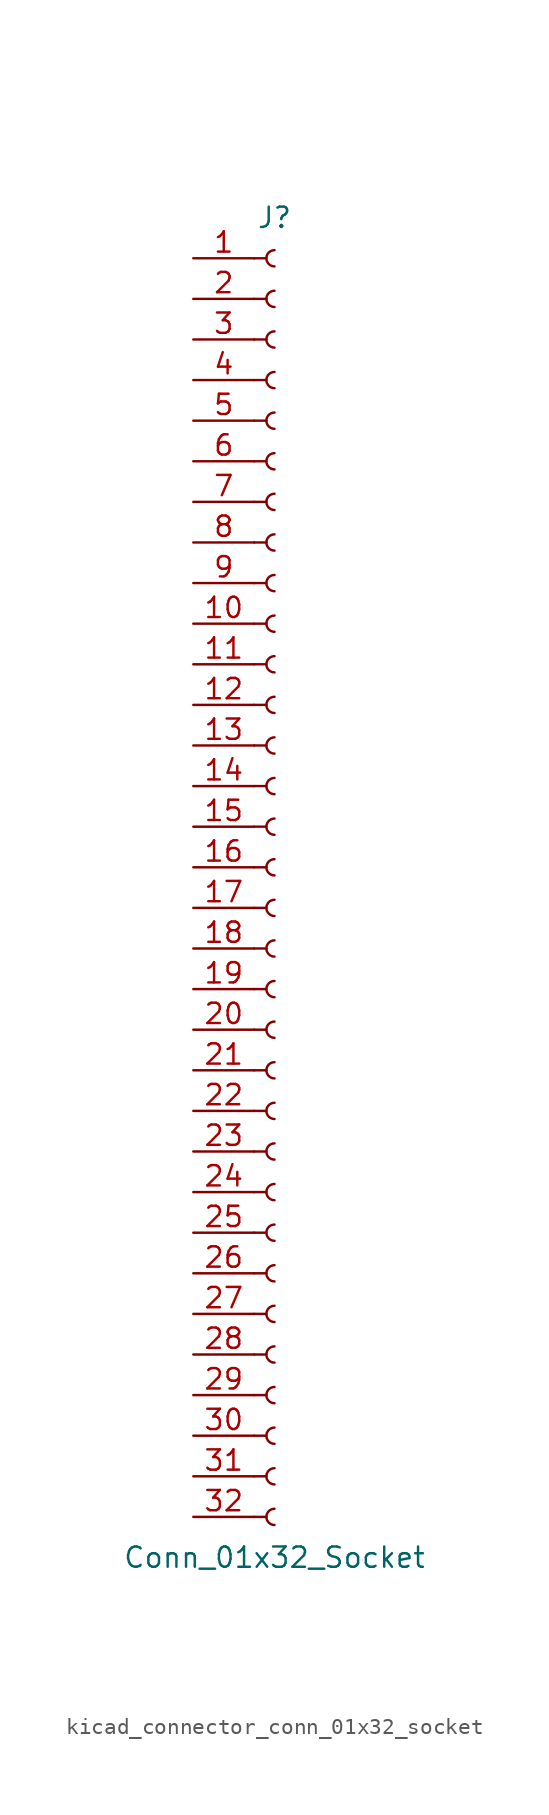
<source format=kicad_sym>
(kicad_symbol_lib
  (version 20220914)
  (generator kicad_symbol_editor)
  (symbol "kicad_connector_conn_01x32_socket"
    (pin_names
      (offset 1.016) hide)
    (property "Reference" "J"
      (at 0 40.64 0)
      (effects (font (size 1.27 1.27))))
    (property "Value" "Conn_01x32_Socket"
      (at 0 -43.18 0)
      (effects (font (size 1.27 1.27))))
    (property "ki_locked" ""
      (at 0 0 0)
      (effects (font (size 1.27 1.27))))
    (symbol "kicad_connector_conn_01x32_socket_1_1"
      (arc (start 0 -40.132) (mid -0.5058 -40.64) (end 0 -41.148) (stroke (width 0.1524) (type default)) (fill (type none)))
      (arc (start 0 -37.592) (mid -0.5058 -38.1) (end 0 -38.608) (stroke (width 0.1524) (type default)) (fill (type none)))
      (arc (start 0 -35.052) (mid -0.5058 -35.56) (end 0 -36.068) (stroke (width 0.1524) (type default)) (fill (type none)))
      (arc (start 0 -32.512) (mid -0.5058 -33.02) (end 0 -33.528) (stroke (width 0.1524) (type default)) (fill (type none)))
      (arc (start 0 -29.972) (mid -0.5058 -30.48) (end 0 -30.988) (stroke (width 0.1524) (type default)) (fill (type none)))
      (arc (start 0 -27.432) (mid -0.5058 -27.94) (end 0 -28.448) (stroke (width 0.1524) (type default)) (fill (type none)))
      (arc (start 0 -24.892) (mid -0.5058 -25.4) (end 0 -25.908) (stroke (width 0.1524) (type default)) (fill (type none)))
      (arc (start 0 -22.352) (mid -0.5058 -22.86) (end 0 -23.368) (stroke (width 0.1524) (type default)) (fill (type none)))
      (arc (start 0 -19.812) (mid -0.5058 -20.32) (end 0 -20.828) (stroke (width 0.1524) (type default)) (fill (type none)))
      (arc (start 0 -17.272) (mid -0.5058 -17.78) (end 0 -18.288) (stroke (width 0.1524) (type default)) (fill (type none)))
      (arc (start 0 -14.732) (mid -0.5058 -15.24) (end 0 -15.748) (stroke (width 0.1524) (type default)) (fill (type none)))
      (arc (start 0 -12.192) (mid -0.5058 -12.7) (end 0 -13.208) (stroke (width 0.1524) (type default)) (fill (type none)))
      (arc (start 0 -9.652) (mid -0.5058 -10.16) (end 0 -10.668) (stroke (width 0.1524) (type default)) (fill (type none)))
      (arc (start 0 -7.112) (mid -0.5058 -7.62) (end 0 -8.128) (stroke (width 0.1524) (type default)) (fill (type none)))
      (arc (start 0 -4.572) (mid -0.5058 -5.08) (end 0 -5.588) (stroke (width 0.1524) (type default)) (fill (type none)))
      (arc (start 0 -2.032) (mid -0.5058 -2.54) (end 0 -3.048) (stroke (width 0.1524) (type default)) (fill (type none)))
      (polyline (pts (xy -1.27 -40.64) (xy -0.508 -40.64)) (stroke (width 0.152) (type default)) (fill (type none)))
      (polyline (pts (xy -1.27 -38.1) (xy -0.508 -38.1)) (stroke (width 0.152) (type default)) (fill (type none)))
      (polyline (pts (xy -1.27 -35.56) (xy -0.508 -35.56)) (stroke (width 0.152) (type default)) (fill (type none)))
      (polyline (pts (xy -1.27 -33.02) (xy -0.508 -33.02)) (stroke (width 0.152) (type default)) (fill (type none)))
      (polyline (pts (xy -1.27 -30.48) (xy -0.508 -30.48)) (stroke (width 0.152) (type default)) (fill (type none)))
      (polyline (pts (xy -1.27 -27.94) (xy -0.508 -27.94)) (stroke (width 0.152) (type default)) (fill (type none)))
      (polyline (pts (xy -1.27 -25.4) (xy -0.508 -25.4)) (stroke (width 0.152) (type default)) (fill (type none)))
      (polyline (pts (xy -1.27 -22.86) (xy -0.508 -22.86)) (stroke (width 0.152) (type default)) (fill (type none)))
      (polyline (pts (xy -1.27 -20.32) (xy -0.508 -20.32)) (stroke (width 0.152) (type default)) (fill (type none)))
      (polyline (pts (xy -1.27 -17.78) (xy -0.508 -17.78)) (stroke (width 0.152) (type default)) (fill (type none)))
      (polyline (pts (xy -1.27 -15.24) (xy -0.508 -15.24)) (stroke (width 0.152) (type default)) (fill (type none)))
      (polyline (pts (xy -1.27 -12.7) (xy -0.508 -12.7)) (stroke (width 0.152) (type default)) (fill (type none)))
      (polyline (pts (xy -1.27 -10.16) (xy -0.508 -10.16)) (stroke (width 0.152) (type default)) (fill (type none)))
      (polyline (pts (xy -1.27 -7.62) (xy -0.508 -7.62)) (stroke (width 0.152) (type default)) (fill (type none)))
      (polyline (pts (xy -1.27 -5.08) (xy -0.508 -5.08)) (stroke (width 0.152) (type default)) (fill (type none)))
      (polyline (pts (xy -1.27 -2.54) (xy -0.508 -2.54)) (stroke (width 0.152) (type default)) (fill (type none)))
      (polyline (pts (xy -1.27 0) (xy -0.508 0)) (stroke (width 0.152) (type default)) (fill (type none)))
      (polyline (pts (xy -1.27 2.54) (xy -0.508 2.54)) (stroke (width 0.152) (type default)) (fill (type none)))
      (polyline (pts (xy -1.27 5.08) (xy -0.508 5.08)) (stroke (width 0.152) (type default)) (fill (type none)))
      (polyline (pts (xy -1.27 7.62) (xy -0.508 7.62)) (stroke (width 0.152) (type default)) (fill (type none)))
      (polyline (pts (xy -1.27 10.16) (xy -0.508 10.16)) (stroke (width 0.152) (type default)) (fill (type none)))
      (polyline (pts (xy -1.27 12.7) (xy -0.508 12.7)) (stroke (width 0.152) (type default)) (fill (type none)))
      (polyline (pts (xy -1.27 15.24) (xy -0.508 15.24)) (stroke (width 0.152) (type default)) (fill (type none)))
      (polyline (pts (xy -1.27 17.78) (xy -0.508 17.78)) (stroke (width 0.152) (type default)) (fill (type none)))
      (polyline (pts (xy -1.27 20.32) (xy -0.508 20.32)) (stroke (width 0.152) (type default)) (fill (type none)))
      (polyline (pts (xy -1.27 22.86) (xy -0.508 22.86)) (stroke (width 0.152) (type default)) (fill (type none)))
      (polyline (pts (xy -1.27 25.4) (xy -0.508 25.4)) (stroke (width 0.152) (type default)) (fill (type none)))
      (polyline (pts (xy -1.27 27.94) (xy -0.508 27.94)) (stroke (width 0.152) (type default)) (fill (type none)))
      (polyline (pts (xy -1.27 30.48) (xy -0.508 30.48)) (stroke (width 0.152) (type default)) (fill (type none)))
      (polyline (pts (xy -1.27 33.02) (xy -0.508 33.02)) (stroke (width 0.152) (type default)) (fill (type none)))
      (polyline (pts (xy -1.27 35.56) (xy -0.508 35.56)) (stroke (width 0.152) (type default)) (fill (type none)))
      (polyline (pts (xy -1.27 38.1) (xy -0.508 38.1)) (stroke (width 0.152) (type default)) (fill (type none)))
      (arc (start 0 0.508) (mid -0.5058 0) (end 0 -0.508) (stroke (width 0.1524) (type default)) (fill (type none)))
      (arc (start 0 3.048) (mid -0.5058 2.54) (end 0 2.032) (stroke (width 0.1524) (type default)) (fill (type none)))
      (arc (start 0 5.588) (mid -0.5058 5.08) (end 0 4.572) (stroke (width 0.1524) (type default)) (fill (type none)))
      (arc (start 0 8.128) (mid -0.5058 7.62) (end 0 7.112) (stroke (width 0.1524) (type default)) (fill (type none)))
      (arc (start 0 10.668) (mid -0.5058 10.16) (end 0 9.652) (stroke (width 0.1524) (type default)) (fill (type none)))
      (arc (start 0 13.208) (mid -0.5058 12.7) (end 0 12.192) (stroke (width 0.1524) (type default)) (fill (type none)))
      (arc (start 0 15.748) (mid -0.5058 15.24) (end 0 14.732) (stroke (width 0.1524) (type default)) (fill (type none)))
      (arc (start 0 18.288) (mid -0.5058 17.78) (end 0 17.272) (stroke (width 0.1524) (type default)) (fill (type none)))
      (arc (start 0 20.828) (mid -0.5058 20.32) (end 0 19.812) (stroke (width 0.1524) (type default)) (fill (type none)))
      (arc (start 0 23.368) (mid -0.5058 22.86) (end 0 22.352) (stroke (width 0.1524) (type default)) (fill (type none)))
      (arc (start 0 25.908) (mid -0.5058 25.4) (end 0 24.892) (stroke (width 0.1524) (type default)) (fill (type none)))
      (arc (start 0 28.448) (mid -0.5058 27.94) (end 0 27.432) (stroke (width 0.1524) (type default)) (fill (type none)))
      (arc (start 0 30.988) (mid -0.5058 30.48) (end 0 29.972) (stroke (width 0.1524) (type default)) (fill (type none)))
      (arc (start 0 33.528) (mid -0.5058 33.02) (end 0 32.512) (stroke (width 0.1524) (type default)) (fill (type none)))
      (arc (start 0 36.068) (mid -0.5058 35.56) (end 0 35.052) (stroke (width 0.1524) (type default)) (fill (type none)))
      (arc (start 0 38.608) (mid -0.5058 38.1) (end 0 37.592) (stroke (width 0.1524) (type default)) (fill (type none)))
      (pin passive line (at -5.08 38.1 0) (length 3.81) (name "Pin_1" (effects (font (size 1.27 1.27)))) (number "1" (effects (font (size 1.27 1.27)))))
      (pin passive line (at -5.08 15.24 0) (length 3.81) (name "Pin_10" (effects (font (size 1.27 1.27)))) (number "10" (effects (font (size 1.27 1.27)))))
      (pin passive line (at -5.08 12.7 0) (length 3.81) (name "Pin_11" (effects (font (size 1.27 1.27)))) (number "11" (effects (font (size 1.27 1.27)))))
      (pin passive line (at -5.08 10.16 0) (length 3.81) (name "Pin_12" (effects (font (size 1.27 1.27)))) (number "12" (effects (font (size 1.27 1.27)))))
      (pin passive line (at -5.08 7.62 0) (length 3.81) (name "Pin_13" (effects (font (size 1.27 1.27)))) (number "13" (effects (font (size 1.27 1.27)))))
      (pin passive line (at -5.08 5.08 0) (length 3.81) (name "Pin_14" (effects (font (size 1.27 1.27)))) (number "14" (effects (font (size 1.27 1.27)))))
      (pin passive line (at -5.08 2.54 0) (length 3.81) (name "Pin_15" (effects (font (size 1.27 1.27)))) (number "15" (effects (font (size 1.27 1.27)))))
      (pin passive line (at -5.08 0 0) (length 3.81) (name "Pin_16" (effects (font (size 1.27 1.27)))) (number "16" (effects (font (size 1.27 1.27)))))
      (pin passive line (at -5.08 -2.54 0) (length 3.81) (name "Pin_17" (effects (font (size 1.27 1.27)))) (number "17" (effects (font (size 1.27 1.27)))))
      (pin passive line (at -5.08 -5.08 0) (length 3.81) (name "Pin_18" (effects (font (size 1.27 1.27)))) (number "18" (effects (font (size 1.27 1.27)))))
      (pin passive line (at -5.08 -7.62 0) (length 3.81) (name "Pin_19" (effects (font (size 1.27 1.27)))) (number "19" (effects (font (size 1.27 1.27)))))
      (pin passive line (at -5.08 35.56 0) (length 3.81) (name "Pin_2" (effects (font (size 1.27 1.27)))) (number "2" (effects (font (size 1.27 1.27)))))
      (pin passive line (at -5.08 -10.16 0) (length 3.81) (name "Pin_20" (effects (font (size 1.27 1.27)))) (number "20" (effects (font (size 1.27 1.27)))))
      (pin passive line (at -5.08 -12.7 0) (length 3.81) (name "Pin_21" (effects (font (size 1.27 1.27)))) (number "21" (effects (font (size 1.27 1.27)))))
      (pin passive line (at -5.08 -15.24 0) (length 3.81) (name "Pin_22" (effects (font (size 1.27 1.27)))) (number "22" (effects (font (size 1.27 1.27)))))
      (pin passive line (at -5.08 -17.78 0) (length 3.81) (name "Pin_23" (effects (font (size 1.27 1.27)))) (number "23" (effects (font (size 1.27 1.27)))))
      (pin passive line (at -5.08 -20.32 0) (length 3.81) (name "Pin_24" (effects (font (size 1.27 1.27)))) (number "24" (effects (font (size 1.27 1.27)))))
      (pin passive line (at -5.08 -22.86 0) (length 3.81) (name "Pin_25" (effects (font (size 1.27 1.27)))) (number "25" (effects (font (size 1.27 1.27)))))
      (pin passive line (at -5.08 -25.4 0) (length 3.81) (name "Pin_26" (effects (font (size 1.27 1.27)))) (number "26" (effects (font (size 1.27 1.27)))))
      (pin passive line (at -5.08 -27.94 0) (length 3.81) (name "Pin_27" (effects (font (size 1.27 1.27)))) (number "27" (effects (font (size 1.27 1.27)))))
      (pin passive line (at -5.08 -30.48 0) (length 3.81) (name "Pin_28" (effects (font (size 1.27 1.27)))) (number "28" (effects (font (size 1.27 1.27)))))
      (pin passive line (at -5.08 -33.02 0) (length 3.81) (name "Pin_29" (effects (font (size 1.27 1.27)))) (number "29" (effects (font (size 1.27 1.27)))))
      (pin passive line (at -5.08 33.02 0) (length 3.81) (name "Pin_3" (effects (font (size 1.27 1.27)))) (number "3" (effects (font (size 1.27 1.27)))))
      (pin passive line (at -5.08 -35.56 0) (length 3.81) (name "Pin_30" (effects (font (size 1.27 1.27)))) (number "30" (effects (font (size 1.27 1.27)))))
      (pin passive line (at -5.08 -38.1 0) (length 3.81) (name "Pin_31" (effects (font (size 1.27 1.27)))) (number "31" (effects (font (size 1.27 1.27)))))
      (pin passive line (at -5.08 -40.64 0) (length 3.81) (name "Pin_32" (effects (font (size 1.27 1.27)))) (number "32" (effects (font (size 1.27 1.27)))))
      (pin passive line (at -5.08 30.48 0) (length 3.81) (name "Pin_4" (effects (font (size 1.27 1.27)))) (number "4" (effects (font (size 1.27 1.27)))))
      (pin passive line (at -5.08 27.94 0) (length 3.81) (name "Pin_5" (effects (font (size 1.27 1.27)))) (number "5" (effects (font (size 1.27 1.27)))))
      (pin passive line (at -5.08 25.4 0) (length 3.81) (name "Pin_6" (effects (font (size 1.27 1.27)))) (number "6" (effects (font (size 1.27 1.27)))))
      (pin passive line (at -5.08 22.86 0) (length 3.81) (name "Pin_7" (effects (font (size 1.27 1.27)))) (number "7" (effects (font (size 1.27 1.27)))))
      (pin passive line (at -5.08 20.32 0) (length 3.81) (name "Pin_8" (effects (font (size 1.27 1.27)))) (number "8" (effects (font (size 1.27 1.27)))))
      (pin passive line (at -5.08 17.78 0) (length 3.81) (name "Pin_9" (effects (font (size 1.27 1.27)))) (number "9" (effects (font (size 1.27 1.27))))))))
</source>
